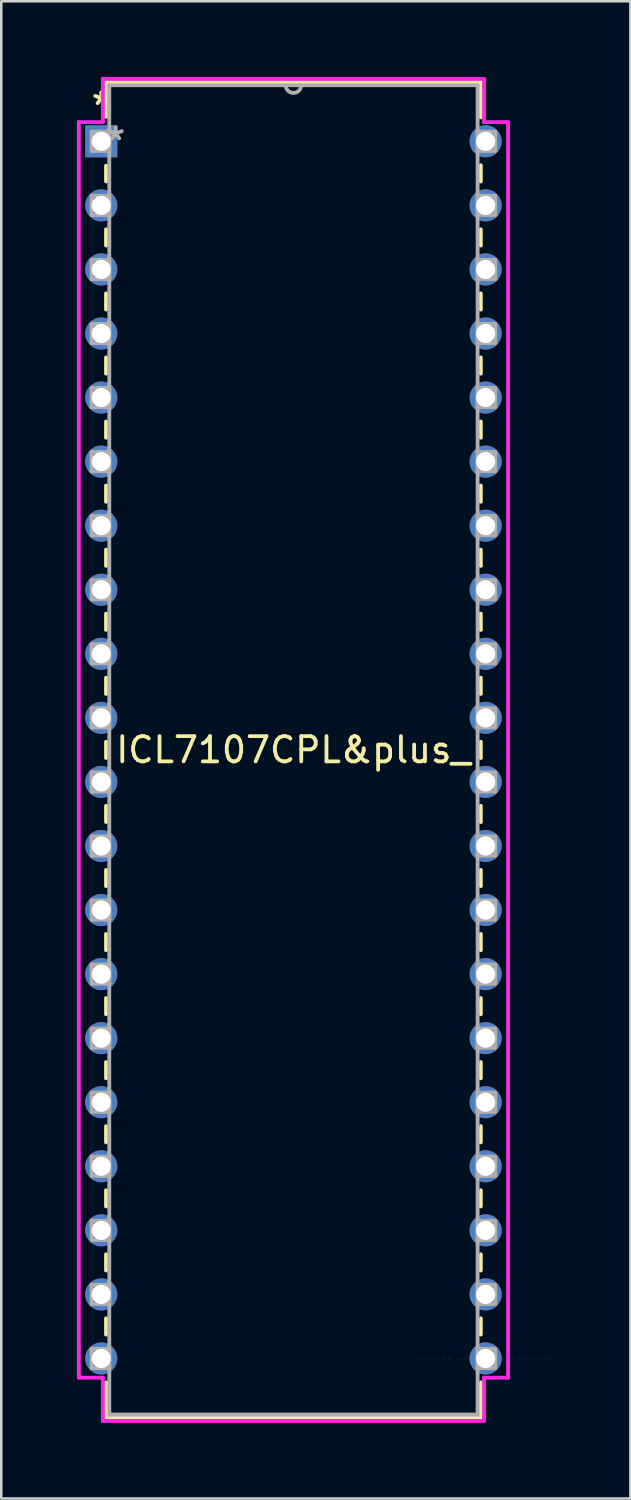
<source format=kicad_pcb>
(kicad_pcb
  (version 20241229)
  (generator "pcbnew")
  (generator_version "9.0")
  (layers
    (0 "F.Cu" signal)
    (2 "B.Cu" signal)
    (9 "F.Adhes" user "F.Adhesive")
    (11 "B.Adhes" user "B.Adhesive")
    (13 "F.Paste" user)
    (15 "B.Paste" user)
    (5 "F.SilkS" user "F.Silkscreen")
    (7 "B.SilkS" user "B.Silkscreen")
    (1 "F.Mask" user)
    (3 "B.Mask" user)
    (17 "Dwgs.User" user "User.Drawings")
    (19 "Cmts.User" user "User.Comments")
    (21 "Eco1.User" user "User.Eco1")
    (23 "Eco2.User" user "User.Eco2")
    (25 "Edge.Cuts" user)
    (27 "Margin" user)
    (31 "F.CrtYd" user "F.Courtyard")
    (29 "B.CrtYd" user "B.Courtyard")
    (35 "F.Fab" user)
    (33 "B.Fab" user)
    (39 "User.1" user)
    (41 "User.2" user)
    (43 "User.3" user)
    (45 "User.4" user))
  (footprint "ICL7107CPL&plus_"
    (layer "F.Cu")
    (at 16.205 50.813)
    (property "Reference" "ICL7107CPL&plus_" (at -7.62 -24.13 0) (layer "F.SilkS") (effects (font (size 1 1) (thickness 0.15))))
    (attr through_hole)
    (fp_line (start -15.05 -50.609) (end -15.05 -49.228) (stroke (width 0.152) (type solid)) (layer "F.SilkS"))
    (fp_line (start -15.05 -47.292) (end -15.05 -46.669) (stroke (width 0.152) (type solid)) (layer "F.SilkS"))
    (fp_line (start -15.05 -44.771) (end -15.05 -44.129) (stroke (width 0.152) (type solid)) (layer "F.SilkS"))
    (fp_line (start -15.05 -42.231) (end -15.05 -41.589) (stroke (width 0.152) (type solid)) (layer "F.SilkS"))
    (fp_line (start -15.05 -39.691) (end -15.05 -39.049) (stroke (width 0.152) (type solid)) (layer "F.SilkS"))
    (fp_line (start -15.05 -37.151) (end -15.05 -36.509) (stroke (width 0.152) (type solid)) (layer "F.SilkS"))
    (fp_line (start -15.05 -34.611) (end -15.05 -33.969) (stroke (width 0.152) (type solid)) (layer "F.SilkS"))
    (fp_line (start -15.05 -32.071) (end -15.05 -31.429) (stroke (width 0.152) (type solid)) (layer "F.SilkS"))
    (fp_line (start -15.05 -29.531) (end -15.05 -28.889) (stroke (width 0.152) (type solid)) (layer "F.SilkS"))
    (fp_line (start -15.05 -26.991) (end -15.05 -26.349) (stroke (width 0.152) (type solid)) (layer "F.SilkS"))
    (fp_line (start -15.05 -24.451) (end -15.05 -23.809) (stroke (width 0.152) (type solid)) (layer "F.SilkS"))
    (fp_line (start -15.05 -21.911) (end -15.05 -21.269) (stroke (width 0.152) (type solid)) (layer "F.SilkS"))
    (fp_line (start -15.05 -19.371) (end -15.05 -18.729) (stroke (width 0.152) (type solid)) (layer "F.SilkS"))
    (fp_line (start -15.05 -16.831) (end -15.05 -16.189) (stroke (width 0.152) (type solid)) (layer "F.SilkS"))
    (fp_line (start -15.05 -14.291) (end -15.05 -13.649) (stroke (width 0.152) (type solid)) (layer "F.SilkS"))
    (fp_line (start -15.05 -11.751) (end -15.05 -11.109) (stroke (width 0.152) (type solid)) (layer "F.SilkS"))
    (fp_line (start -15.05 -9.211) (end -15.05 -8.569) (stroke (width 0.152) (type solid)) (layer "F.SilkS"))
    (fp_line (start -15.05 -6.671) (end -15.05 -6.029) (stroke (width 0.152) (type solid)) (layer "F.SilkS"))
    (fp_line (start -15.05 -4.131) (end -15.05 -3.489) (stroke (width 0.152) (type solid)) (layer "F.SilkS"))
    (fp_line (start -15.05 -1.591) (end -15.05 -0.949) (stroke (width 0.152) (type solid)) (layer "F.SilkS"))
    (fp_line (start -15.05 0.949) (end -15.05 2.349) (stroke (width 0.152) (type solid)) (layer "F.SilkS"))
    (fp_line (start -15.05 2.349) (end -0.191 2.349) (stroke (width 0.152) (type solid)) (layer "F.SilkS"))
    (fp_line (start -0.191 -50.609) (end -15.05 -50.609) (stroke (width 0.152) (type solid)) (layer "F.SilkS"))
    (fp_line (start -0.191 -49.209) (end -0.191 -50.609) (stroke (width 0.152) (type solid)) (layer "F.SilkS"))
    (fp_line (start -0.191 -46.669) (end -0.191 -47.311) (stroke (width 0.152) (type solid)) (layer "F.SilkS"))
    (fp_line (start -0.191 -44.129) (end -0.191 -44.771) (stroke (width 0.152) (type solid)) (layer "F.SilkS"))
    (fp_line (start -0.191 -41.589) (end -0.191 -42.231) (stroke (width 0.152) (type solid)) (layer "F.SilkS"))
    (fp_line (start -0.191 -39.049) (end -0.191 -39.691) (stroke (width 0.152) (type solid)) (layer "F.SilkS"))
    (fp_line (start -0.191 -36.509) (end -0.191 -37.151) (stroke (width 0.152) (type solid)) (layer "F.SilkS"))
    (fp_line (start -0.191 -33.969) (end -0.191 -34.611) (stroke (width 0.152) (type solid)) (layer "F.SilkS"))
    (fp_line (start -0.191 -31.429) (end -0.191 -32.071) (stroke (width 0.152) (type solid)) (layer "F.SilkS"))
    (fp_line (start -0.191 -28.889) (end -0.191 -29.531) (stroke (width 0.152) (type solid)) (layer "F.SilkS"))
    (fp_line (start -0.191 -26.349) (end -0.191 -26.991) (stroke (width 0.152) (type solid)) (layer "F.SilkS"))
    (fp_line (start -0.191 -23.809) (end -0.191 -24.451) (stroke (width 0.152) (type solid)) (layer "F.SilkS"))
    (fp_line (start -0.191 -21.269) (end -0.191 -21.911) (stroke (width 0.152) (type solid)) (layer "F.SilkS"))
    (fp_line (start -0.191 -18.729) (end -0.191 -19.371) (stroke (width 0.152) (type solid)) (layer "F.SilkS"))
    (fp_line (start -0.191 -16.189) (end -0.191 -16.831) (stroke (width 0.152) (type solid)) (layer "F.SilkS"))
    (fp_line (start -0.191 -13.649) (end -0.191 -14.291) (stroke (width 0.152) (type solid)) (layer "F.SilkS"))
    (fp_line (start -0.191 -11.109) (end -0.191 -11.751) (stroke (width 0.152) (type solid)) (layer "F.SilkS"))
    (fp_line (start -0.191 -8.569) (end -0.191 -9.211) (stroke (width 0.152) (type solid)) (layer "F.SilkS"))
    (fp_line (start -0.191 -6.029) (end -0.191 -6.671) (stroke (width 0.152) (type solid)) (layer "F.SilkS"))
    (fp_line (start -0.191 -3.489) (end -0.191 -4.131) (stroke (width 0.152) (type solid)) (layer "F.SilkS"))
    (fp_line (start -0.191 -0.949) (end -0.191 -1.591) (stroke (width 0.152) (type solid)) (layer "F.SilkS"))
    (fp_line (start -0.191 2.349) (end -0.191 0.949) (stroke (width 0.152) (type solid)) (layer "F.SilkS"))
    (fp_line (start -16.129 -49.022) (end -16.129 0.762) (stroke (width 0.152) (type solid)) (layer "F.CrtYd"))
    (fp_line (start -16.129 0.762) (end -15.177 0.762) (stroke (width 0.152) (type solid)) (layer "F.CrtYd"))
    (fp_line (start -15.177 -50.736) (end -15.177 -49.022) (stroke (width 0.152) (type solid)) (layer "F.CrtYd"))
    (fp_line (start -15.177 -49.022) (end -16.129 -49.022) (stroke (width 0.152) (type solid)) (layer "F.CrtYd"))
    (fp_line (start -15.177 0.762) (end -15.177 2.477) (stroke (width 0.152) (type solid)) (layer "F.CrtYd"))
    (fp_line (start -15.177 2.477) (end -0.064 2.477) (stroke (width 0.152) (type solid)) (layer "F.CrtYd"))
    (fp_line (start -0.064 -50.736) (end -15.177 -50.736) (stroke (width 0.152) (type solid)) (layer "F.CrtYd"))
    (fp_line (start -0.064 -49.022) (end -0.064 -50.736) (stroke (width 0.152) (type solid)) (layer "F.CrtYd"))
    (fp_line (start -0.064 0.762) (end 0.889 0.762) (stroke (width 0.152) (type solid)) (layer "F.CrtYd"))
    (fp_line (start -0.064 2.477) (end -0.064 0.762) (stroke (width 0.152) (type solid)) (layer "F.CrtYd"))
    (fp_line (start 0.889 -49.022) (end -0.064 -49.022) (stroke (width 0.152) (type solid)) (layer "F.CrtYd"))
    (fp_line (start 0.889 0.762) (end 0.889 -49.022) (stroke (width 0.152) (type solid)) (layer "F.CrtYd"))
    (fp_line (start -15.621 -48.641) (end -15.621 -47.879) (stroke (width 0.152) (type solid)) (layer "F.Fab"))
    (fp_line (start -15.621 -47.879) (end -14.922 -47.879) (stroke (width 0.152) (type solid)) (layer "F.Fab"))
    (fp_line (start -15.621 -46.101) (end -15.621 -45.339) (stroke (width 0.152) (type solid)) (layer "F.Fab"))
    (fp_line (start -15.621 -45.339) (end -14.922 -45.339) (stroke (width 0.152) (type solid)) (layer "F.Fab"))
    (fp_line (start -15.621 -43.561) (end -15.621 -42.799) (stroke (width 0.152) (type solid)) (layer "F.Fab"))
    (fp_line (start -15.621 -42.799) (end -14.922 -42.799) (stroke (width 0.152) (type solid)) (layer "F.Fab"))
    (fp_line (start -15.621 -41.021) (end -15.621 -40.259) (stroke (width 0.152) (type solid)) (layer "F.Fab"))
    (fp_line (start -15.621 -40.259) (end -14.922 -40.259) (stroke (width 0.152) (type solid)) (layer "F.Fab"))
    (fp_line (start -15.621 -38.481) (end -15.621 -37.719) (stroke (width 0.152) (type solid)) (layer "F.Fab"))
    (fp_line (start -15.621 -37.719) (end -14.922 -37.719) (stroke (width 0.152) (type solid)) (layer "F.Fab"))
    (fp_line (start -15.621 -35.941) (end -15.621 -35.179) (stroke (width 0.152) (type solid)) (layer "F.Fab"))
    (fp_line (start -15.621 -35.179) (end -14.922 -35.179) (stroke (width 0.152) (type solid)) (layer "F.Fab"))
    (fp_line (start -15.621 -33.401) (end -15.621 -32.639) (stroke (width 0.152) (type solid)) (layer "F.Fab"))
    (fp_line (start -15.621 -32.639) (end -14.922 -32.639) (stroke (width 0.152) (type solid)) (layer "F.Fab"))
    (fp_line (start -15.621 -30.861) (end -15.621 -30.099) (stroke (width 0.152) (type solid)) (layer "F.Fab"))
    (fp_line (start -15.621 -30.099) (end -14.922 -30.099) (stroke (width 0.152) (type solid)) (layer "F.Fab"))
    (fp_line (start -15.621 -28.321) (end -15.621 -27.559) (stroke (width 0.152) (type solid)) (layer "F.Fab"))
    (fp_line (start -15.621 -27.559) (end -14.922 -27.559) (stroke (width 0.152) (type solid)) (layer "F.Fab"))
    (fp_line (start -15.621 -25.781) (end -15.621 -25.019) (stroke (width 0.152) (type solid)) (layer "F.Fab"))
    (fp_line (start -15.621 -25.019) (end -14.922 -25.019) (stroke (width 0.152) (type solid)) (layer "F.Fab"))
    (fp_line (start -15.621 -23.241) (end -15.621 -22.479) (stroke (width 0.152) (type solid)) (layer "F.Fab"))
    (fp_line (start -15.621 -22.479) (end -14.922 -22.479) (stroke (width 0.152) (type solid)) (layer "F.Fab"))
    (fp_line (start -15.621 -20.701) (end -15.621 -19.939) (stroke (width 0.152) (type solid)) (layer "F.Fab"))
    (fp_line (start -15.621 -19.939) (end -14.922 -19.939) (stroke (width 0.152) (type solid)) (layer "F.Fab"))
    (fp_line (start -15.621 -18.161) (end -15.621 -17.399) (stroke (width 0.152) (type solid)) (layer "F.Fab"))
    (fp_line (start -15.621 -17.399) (end -14.922 -17.399) (stroke (width 0.152) (type solid)) (layer "F.Fab"))
    (fp_line (start -15.621 -15.621) (end -15.621 -14.859) (stroke (width 0.152) (type solid)) (layer "F.Fab"))
    (fp_line (start -15.621 -14.859) (end -14.922 -14.859) (stroke (width 0.152) (type solid)) (layer "F.Fab"))
    (fp_line (start -15.621 -13.081) (end -15.621 -12.319) (stroke (width 0.152) (type solid)) (layer "F.Fab"))
    (fp_line (start -15.621 -12.319) (end -14.922 -12.319) (stroke (width 0.152) (type solid)) (layer "F.Fab"))
    (fp_line (start -15.621 -10.541) (end -15.621 -9.779) (stroke (width 0.152) (type solid)) (layer "F.Fab"))
    (fp_line (start -15.621 -9.779) (end -14.922 -9.779) (stroke (width 0.152) (type solid)) (layer "F.Fab"))
    (fp_line (start -15.621 -8.001) (end -15.621 -7.239) (stroke (width 0.152) (type solid)) (layer "F.Fab"))
    (fp_line (start -15.621 -7.239) (end -14.922 -7.239) (stroke (width 0.152) (type solid)) (layer "F.Fab"))
    (fp_line (start -15.621 -5.461) (end -15.621 -4.699) (stroke (width 0.152) (type solid)) (layer "F.Fab"))
    (fp_line (start -15.621 -4.699) (end -14.922 -4.699) (stroke (width 0.152) (type solid)) (layer "F.Fab"))
    (fp_line (start -15.621 -2.921) (end -15.621 -2.159) (stroke (width 0.152) (type solid)) (layer "F.Fab"))
    (fp_line (start -15.621 -2.159) (end -14.922 -2.159) (stroke (width 0.152) (type solid)) (layer "F.Fab"))
    (fp_line (start -15.621 -0.381) (end -15.621 0.381) (stroke (width 0.152) (type solid)) (layer "F.Fab"))
    (fp_line (start -15.621 0.381) (end -14.922 0.381) (stroke (width 0.152) (type solid)) (layer "F.Fab"))
    (fp_line (start -14.922 -50.483) (end -14.922 2.223) (stroke (width 0.152) (type solid)) (layer "F.Fab"))
    (fp_line (start -14.922 -48.641) (end -15.621 -48.641) (stroke (width 0.152) (type solid)) (layer "F.Fab"))
    (fp_line (start -14.922 -47.879) (end -14.922 -48.641) (stroke (width 0.152) (type solid)) (layer "F.Fab"))
    (fp_line (start -14.922 -46.101) (end -15.621 -46.101) (stroke (width 0.152) (type solid)) (layer "F.Fab"))
    (fp_line (start -14.922 -45.339) (end -14.922 -46.101) (stroke (width 0.152) (type solid)) (layer "F.Fab"))
    (fp_line (start -14.922 -43.561) (end -15.621 -43.561) (stroke (width 0.152) (type solid)) (layer "F.Fab"))
    (fp_line (start -14.922 -42.799) (end -14.922 -43.561) (stroke (width 0.152) (type solid)) (layer "F.Fab"))
    (fp_line (start -14.922 -41.021) (end -15.621 -41.021) (stroke (width 0.152) (type solid)) (layer "F.Fab"))
    (fp_line (start -14.922 -40.259) (end -14.922 -41.021) (stroke (width 0.152) (type solid)) (layer "F.Fab"))
    (fp_line (start -14.922 -38.481) (end -15.621 -38.481) (stroke (width 0.152) (type solid)) (layer "F.Fab"))
    (fp_line (start -14.922 -37.719) (end -14.922 -38.481) (stroke (width 0.152) (type solid)) (layer "F.Fab"))
    (fp_line (start -14.922 -35.941) (end -15.621 -35.941) (stroke (width 0.152) (type solid)) (layer "F.Fab"))
    (fp_line (start -14.922 -35.179) (end -14.922 -35.941) (stroke (width 0.152) (type solid)) (layer "F.Fab"))
    (fp_line (start -14.922 -33.401) (end -15.621 -33.401) (stroke (width 0.152) (type solid)) (layer "F.Fab"))
    (fp_line (start -14.922 -32.639) (end -14.922 -33.401) (stroke (width 0.152) (type solid)) (layer "F.Fab"))
    (fp_line (start -14.922 -30.861) (end -15.621 -30.861) (stroke (width 0.152) (type solid)) (layer "F.Fab"))
    (fp_line (start -14.922 -30.099) (end -14.922 -30.861) (stroke (width 0.152) (type solid)) (layer "F.Fab"))
    (fp_line (start -14.922 -28.321) (end -15.621 -28.321) (stroke (width 0.152) (type solid)) (layer "F.Fab"))
    (fp_line (start -14.922 -27.559) (end -14.922 -28.321) (stroke (width 0.152) (type solid)) (layer "F.Fab"))
    (fp_line (start -14.922 -25.781) (end -15.621 -25.781) (stroke (width 0.152) (type solid)) (layer "F.Fab"))
    (fp_line (start -14.922 -25.019) (end -14.922 -25.781) (stroke (width 0.152) (type solid)) (layer "F.Fab"))
    (fp_line (start -14.922 -23.241) (end -15.621 -23.241) (stroke (width 0.152) (type solid)) (layer "F.Fab"))
    (fp_line (start -14.922 -22.479) (end -14.922 -23.241) (stroke (width 0.152) (type solid)) (layer "F.Fab"))
    (fp_line (start -14.922 -20.701) (end -15.621 -20.701) (stroke (width 0.152) (type solid)) (layer "F.Fab"))
    (fp_line (start -14.922 -19.939) (end -14.922 -20.701) (stroke (width 0.152) (type solid)) (layer "F.Fab"))
    (fp_line (start -14.922 -18.161) (end -15.621 -18.161) (stroke (width 0.152) (type solid)) (layer "F.Fab"))
    (fp_line (start -14.922 -17.399) (end -14.922 -18.161) (stroke (width 0.152) (type solid)) (layer "F.Fab"))
    (fp_line (start -14.922 -15.621) (end -15.621 -15.621) (stroke (width 0.152) (type solid)) (layer "F.Fab"))
    (fp_line (start -14.922 -14.859) (end -14.922 -15.621) (stroke (width 0.152) (type solid)) (layer "F.Fab"))
    (fp_line (start -14.922 -13.081) (end -15.621 -13.081) (stroke (width 0.152) (type solid)) (layer "F.Fab"))
    (fp_line (start -14.922 -12.319) (end -14.922 -13.081) (stroke (width 0.152) (type solid)) (layer "F.Fab"))
    (fp_line (start -14.922 -10.541) (end -15.621 -10.541) (stroke (width 0.152) (type solid)) (layer "F.Fab"))
    (fp_line (start -14.922 -9.779) (end -14.922 -10.541) (stroke (width 0.152) (type solid)) (layer "F.Fab"))
    (fp_line (start -14.922 -8.001) (end -15.621 -8.001) (stroke (width 0.152) (type solid)) (layer "F.Fab"))
    (fp_line (start -14.922 -7.239) (end -14.922 -8.001) (stroke (width 0.152) (type solid)) (layer "F.Fab"))
    (fp_line (start -14.922 -5.461) (end -15.621 -5.461) (stroke (width 0.152) (type solid)) (layer "F.Fab"))
    (fp_line (start -14.922 -4.699) (end -14.922 -5.461) (stroke (width 0.152) (type solid)) (layer "F.Fab"))
    (fp_line (start -14.922 -2.921) (end -15.621 -2.921) (stroke (width 0.152) (type solid)) (layer "F.Fab"))
    (fp_line (start -14.922 -2.159) (end -14.922 -2.921) (stroke (width 0.152) (type solid)) (layer "F.Fab"))
    (fp_line (start -14.922 -0.381) (end -15.621 -0.381) (stroke (width 0.152) (type solid)) (layer "F.Fab"))
    (fp_line (start -14.922 0.381) (end -14.922 -0.381) (stroke (width 0.152) (type solid)) (layer "F.Fab"))
    (fp_line (start -14.922 2.223) (end -0.318 2.223) (stroke (width 0.152) (type solid)) (layer "F.Fab"))
    (fp_line (start -0.318 -50.483) (end -14.922 -50.483) (stroke (width 0.152) (type solid)) (layer "F.Fab"))
    (fp_line (start -0.318 -48.641) (end -0.318 -47.879) (stroke (width 0.152) (type solid)) (layer "F.Fab"))
    (fp_line (start -0.318 -47.879) (end 0.381 -47.879) (stroke (width 0.152) (type solid)) (layer "F.Fab"))
    (fp_line (start -0.318 -46.101) (end -0.318 -45.339) (stroke (width 0.152) (type solid)) (layer "F.Fab"))
    (fp_line (start -0.318 -45.339) (end 0.381 -45.339) (stroke (width 0.152) (type solid)) (layer "F.Fab"))
    (fp_line (start -0.318 -43.561) (end -0.318 -42.799) (stroke (width 0.152) (type solid)) (layer "F.Fab"))
    (fp_line (start -0.318 -42.799) (end 0.381 -42.799) (stroke (width 0.152) (type solid)) (layer "F.Fab"))
    (fp_line (start -0.318 -41.021) (end -0.318 -40.259) (stroke (width 0.152) (type solid)) (layer "F.Fab"))
    (fp_line (start -0.318 -40.259) (end 0.381 -40.259) (stroke (width 0.152) (type solid)) (layer "F.Fab"))
    (fp_line (start -0.318 -38.481) (end -0.318 -37.719) (stroke (width 0.152) (type solid)) (layer "F.Fab"))
    (fp_line (start -0.318 -37.719) (end 0.381 -37.719) (stroke (width 0.152) (type solid)) (layer "F.Fab"))
    (fp_line (start -0.318 -35.941) (end -0.318 -35.179) (stroke (width 0.152) (type solid)) (layer "F.Fab"))
    (fp_line (start -0.318 -35.179) (end 0.381 -35.179) (stroke (width 0.152) (type solid)) (layer "F.Fab"))
    (fp_line (start -0.318 -33.401) (end -0.318 -32.639) (stroke (width 0.152) (type solid)) (layer "F.Fab"))
    (fp_line (start -0.318 -32.639) (end 0.381 -32.639) (stroke (width 0.152) (type solid)) (layer "F.Fab"))
    (fp_line (start -0.318 -30.861) (end -0.318 -30.099) (stroke (width 0.152) (type solid)) (layer "F.Fab"))
    (fp_line (start -0.318 -30.099) (end 0.381 -30.099) (stroke (width 0.152) (type solid)) (layer "F.Fab"))
    (fp_line (start -0.318 -28.321) (end -0.318 -27.559) (stroke (width 0.152) (type solid)) (layer "F.Fab"))
    (fp_line (start -0.318 -27.559) (end 0.381 -27.559) (stroke (width 0.152) (type solid)) (layer "F.Fab"))
    (fp_line (start -0.318 -25.781) (end -0.318 -25.019) (stroke (width 0.152) (type solid)) (layer "F.Fab"))
    (fp_line (start -0.318 -25.019) (end 0.381 -25.019) (stroke (width 0.152) (type solid)) (layer "F.Fab"))
    (fp_line (start -0.318 -23.241) (end -0.318 -22.479) (stroke (width 0.152) (type solid)) (layer "F.Fab"))
    (fp_line (start -0.318 -22.479) (end 0.381 -22.479) (stroke (width 0.152) (type solid)) (layer "F.Fab"))
    (fp_line (start -0.318 -20.701) (end -0.318 -19.939) (stroke (width 0.152) (type solid)) (layer "F.Fab"))
    (fp_line (start -0.318 -19.939) (end 0.381 -19.939) (stroke (width 0.152) (type solid)) (layer "F.Fab"))
    (fp_line (start -0.318 -18.161) (end -0.318 -17.399) (stroke (width 0.152) (type solid)) (layer "F.Fab"))
    (fp_line (start -0.318 -17.399) (end 0.381 -17.399) (stroke (width 0.152) (type solid)) (layer "F.Fab"))
    (fp_line (start -0.318 -15.621) (end -0.318 -14.859) (stroke (width 0.152) (type solid)) (layer "F.Fab"))
    (fp_line (start -0.318 -14.859) (end 0.381 -14.859) (stroke (width 0.152) (type solid)) (layer "F.Fab"))
    (fp_line (start -0.318 -13.081) (end -0.318 -12.319) (stroke (width 0.152) (type solid)) (layer "F.Fab"))
    (fp_line (start -0.318 -12.319) (end 0.381 -12.319) (stroke (width 0.152) (type solid)) (layer "F.Fab"))
    (fp_line (start -0.318 -10.541) (end -0.318 -9.779) (stroke (width 0.152) (type solid)) (layer "F.Fab"))
    (fp_line (start -0.318 -9.779) (end 0.381 -9.779) (stroke (width 0.152) (type solid)) (layer "F.Fab"))
    (fp_line (start -0.318 -8.001) (end -0.318 -7.239) (stroke (width 0.152) (type solid)) (layer "F.Fab"))
    (fp_line (start -0.318 -7.239) (end 0.381 -7.239) (stroke (width 0.152) (type solid)) (layer "F.Fab"))
    (fp_line (start -0.318 -5.461) (end -0.318 -4.699) (stroke (width 0.152) (type solid)) (layer "F.Fab"))
    (fp_line (start -0.318 -4.699) (end 0.381 -4.699) (stroke (width 0.152) (type solid)) (layer "F.Fab"))
    (fp_line (start -0.318 -2.921) (end -0.318 -2.159) (stroke (width 0.152) (type solid)) (layer "F.Fab"))
    (fp_line (start -0.318 -2.159) (end 0.381 -2.159) (stroke (width 0.152) (type solid)) (layer "F.Fab"))
    (fp_line (start -0.318 -0.381) (end -0.318 0.381) (stroke (width 0.152) (type solid)) (layer "F.Fab"))
    (fp_line (start -0.318 0.381) (end 0.381 0.381) (stroke (width 0.152) (type solid)) (layer "F.Fab"))
    (fp_line (start -0.318 2.223) (end -0.318 -50.483) (stroke (width 0.152) (type solid)) (layer "F.Fab"))
    (fp_line (start 0.381 -48.641) (end -0.318 -48.641) (stroke (width 0.152) (type solid)) (layer "F.Fab"))
    (fp_line (start 0.381 -47.879) (end 0.381 -48.641) (stroke (width 0.152) (type solid)) (layer "F.Fab"))
    (fp_line (start 0.381 -46.101) (end -0.318 -46.101) (stroke (width 0.152) (type solid)) (layer "F.Fab"))
    (fp_line (start 0.381 -45.339) (end 0.381 -46.101) (stroke (width 0.152) (type solid)) (layer "F.Fab"))
    (fp_line (start 0.381 -43.561) (end -0.318 -43.561) (stroke (width 0.152) (type solid)) (layer "F.Fab"))
    (fp_line (start 0.381 -42.799) (end 0.381 -43.561) (stroke (width 0.152) (type solid)) (layer "F.Fab"))
    (fp_line (start 0.381 -41.021) (end -0.318 -41.021) (stroke (width 0.152) (type solid)) (layer "F.Fab"))
    (fp_line (start 0.381 -40.259) (end 0.381 -41.021) (stroke (width 0.152) (type solid)) (layer "F.Fab"))
    (fp_line (start 0.381 -38.481) (end -0.318 -38.481) (stroke (width 0.152) (type solid)) (layer "F.Fab"))
    (fp_line (start 0.381 -37.719) (end 0.381 -38.481) (stroke (width 0.152) (type solid)) (layer "F.Fab"))
    (fp_line (start 0.381 -35.941) (end -0.318 -35.941) (stroke (width 0.152) (type solid)) (layer "F.Fab"))
    (fp_line (start 0.381 -35.179) (end 0.381 -35.941) (stroke (width 0.152) (type solid)) (layer "F.Fab"))
    (fp_line (start 0.381 -33.401) (end -0.318 -33.401) (stroke (width 0.152) (type solid)) (layer "F.Fab"))
    (fp_line (start 0.381 -32.639) (end 0.381 -33.401) (stroke (width 0.152) (type solid)) (layer "F.Fab"))
    (fp_line (start 0.381 -30.861) (end -0.318 -30.861) (stroke (width 0.152) (type solid)) (layer "F.Fab"))
    (fp_line (start 0.381 -30.099) (end 0.381 -30.861) (stroke (width 0.152) (type solid)) (layer "F.Fab"))
    (fp_line (start 0.381 -28.321) (end -0.318 -28.321) (stroke (width 0.152) (type solid)) (layer "F.Fab"))
    (fp_line (start 0.381 -27.559) (end 0.381 -28.321) (stroke (width 0.152) (type solid)) (layer "F.Fab"))
    (fp_line (start 0.381 -25.781) (end -0.318 -25.781) (stroke (width 0.152) (type solid)) (layer "F.Fab"))
    (fp_line (start 0.381 -25.019) (end 0.381 -25.781) (stroke (width 0.152) (type solid)) (layer "F.Fab"))
    (fp_line (start 0.381 -23.241) (end -0.318 -23.241) (stroke (width 0.152) (type solid)) (layer "F.Fab"))
    (fp_line (start 0.381 -22.479) (end 0.381 -23.241) (stroke (width 0.152) (type solid)) (layer "F.Fab"))
    (fp_line (start 0.381 -20.701) (end -0.318 -20.701) (stroke (width 0.152) (type solid)) (layer "F.Fab"))
    (fp_line (start 0.381 -19.939) (end 0.381 -20.701) (stroke (width 0.152) (type solid)) (layer "F.Fab"))
    (fp_line (start 0.381 -18.161) (end -0.318 -18.161) (stroke (width 0.152) (type solid)) (layer "F.Fab"))
    (fp_line (start 0.381 -17.399) (end 0.381 -18.161) (stroke (width 0.152) (type solid)) (layer "F.Fab"))
    (fp_line (start 0.381 -15.621) (end -0.318 -15.621) (stroke (width 0.152) (type solid)) (layer "F.Fab"))
    (fp_line (start 0.381 -14.859) (end 0.381 -15.621) (stroke (width 0.152) (type solid)) (layer "F.Fab"))
    (fp_line (start 0.381 -13.081) (end -0.318 -13.081) (stroke (width 0.152) (type solid)) (layer "F.Fab"))
    (fp_line (start 0.381 -12.319) (end 0.381 -13.081) (stroke (width 0.152) (type solid)) (layer "F.Fab"))
    (fp_line (start 0.381 -10.541) (end -0.318 -10.541) (stroke (width 0.152) (type solid)) (layer "F.Fab"))
    (fp_line (start 0.381 -9.779) (end 0.381 -10.541) (stroke (width 0.152) (type solid)) (layer "F.Fab"))
    (fp_line (start 0.381 -8.001) (end -0.318 -8.001) (stroke (width 0.152) (type solid)) (layer "F.Fab"))
    (fp_line (start 0.381 -7.239) (end 0.381 -8.001) (stroke (width 0.152) (type solid)) (layer "F.Fab"))
    (fp_line (start 0.381 -5.461) (end -0.318 -5.461) (stroke (width 0.152) (type solid)) (layer "F.Fab"))
    (fp_line (start 0.381 -4.699) (end 0.381 -5.461) (stroke (width 0.152) (type solid)) (layer "F.Fab"))
    (fp_line (start 0.381 -2.921) (end -0.318 -2.921) (stroke (width 0.152) (type solid)) (layer "F.Fab"))
    (fp_line (start 0.381 -2.159) (end 0.381 -2.921) (stroke (width 0.152) (type solid)) (layer "F.Fab"))
    (fp_line (start 0.381 -0.381) (end -0.318 -0.381) (stroke (width 0.152) (type solid)) (layer "F.Fab"))
    (fp_line (start 0.381 0.381) (end 0.381 -0.381) (stroke (width 0.152) (type solid)) (layer "F.Fab"))
    (fp_arc (start -7.3152 -50.4825) (mid -7.62 -50.1777) (end -7.9248 -50.4825) (stroke (width 0.1524) (type solid)) (layer "F.Fab"))
    (fp_text user "*" (at -15.24 -49.657 0) (layer "F.SilkS") (effects (font (size 1 1) (thickness 0.15))))
    (fp_text user "Copyright 2016 Accelerated Designs. All rights reserved." (at 0 0 0) (layer "Cmts.User") (effects (font (size 0.127 0.127) (thickness 0.002))))
    (fp_text user "*" (at -14.668 -48.26 0) (layer "F.Fab") (effects (font (size 1 1) (thickness 0.15))))
    (pad "1" thru_hole rect (at -15.24 -48.26) (size 1.27 1.27) (drill 0.762) (layers "*.Cu" "*.Mask"))
    (pad "2" thru_hole circle (at -15.24 -45.72) (size 1.27 1.27) (drill 0.762) (layers "*.Cu" "*.Mask"))
    (pad "3" thru_hole circle (at -15.24 -43.18) (size 1.27 1.27) (drill 0.762) (layers "*.Cu" "*.Mask"))
    (pad "4" thru_hole circle (at -15.24 -40.64) (size 1.27 1.27) (drill 0.762) (layers "*.Cu" "*.Mask"))
    (pad "5" thru_hole circle (at -15.24 -38.1) (size 1.27 1.27) (drill 0.762) (layers "*.Cu" "*.Mask"))
    (pad "6" thru_hole circle (at -15.24 -35.56) (size 1.27 1.27) (drill 0.762) (layers "*.Cu" "*.Mask"))
    (pad "7" thru_hole circle (at -15.24 -33.02) (size 1.27 1.27) (drill 0.762) (layers "*.Cu" "*.Mask"))
    (pad "8" thru_hole circle (at -15.24 -30.48) (size 1.27 1.27) (drill 0.762) (layers "*.Cu" "*.Mask"))
    (pad "9" thru_hole circle (at -15.24 -27.94) (size 1.27 1.27) (drill 0.762) (layers "*.Cu" "*.Mask"))
    (pad "10" thru_hole circle (at -15.24 -25.4) (size 1.27 1.27) (drill 0.762) (layers "*.Cu" "*.Mask"))
    (pad "11" thru_hole circle (at -15.24 -22.86) (size 1.27 1.27) (drill 0.762) (layers "*.Cu" "*.Mask"))
    (pad "12" thru_hole circle (at -15.24 -20.32) (size 1.27 1.27) (drill 0.762) (layers "*.Cu" "*.Mask"))
    (pad "13" thru_hole circle (at -15.24 -17.78) (size 1.27 1.27) (drill 0.762) (layers "*.Cu" "*.Mask"))
    (pad "14" thru_hole circle (at -15.24 -15.24) (size 1.27 1.27) (drill 0.762) (layers "*.Cu" "*.Mask"))
    (pad "15" thru_hole circle (at -15.24 -12.7) (size 1.27 1.27) (drill 0.762) (layers "*.Cu" "*.Mask"))
    (pad "16" thru_hole circle (at -15.24 -10.16) (size 1.27 1.27) (drill 0.762) (layers "*.Cu" "*.Mask"))
    (pad "17" thru_hole circle (at -15.24 -7.62) (size 1.27 1.27) (drill 0.762) (layers "*.Cu" "*.Mask"))
    (pad "18" thru_hole circle (at -15.24 -5.08) (size 1.27 1.27) (drill 0.762) (layers "*.Cu" "*.Mask"))
    (pad "19" thru_hole circle (at -15.24 -2.54) (size 1.27 1.27) (drill 0.762) (layers "*.Cu" "*.Mask"))
    (pad "20" thru_hole circle (at -15.24 0) (size 1.27 1.27) (drill 0.762) (layers "*.Cu" "*.Mask"))
    (pad "21" thru_hole circle (at 0 0) (size 1.27 1.27) (drill 0.762) (layers "*.Cu" "*.Mask"))
    (pad "22" thru_hole circle (at 0 -2.54) (size 1.27 1.27) (drill 0.762) (layers "*.Cu" "*.Mask"))
    (pad "23" thru_hole circle (at 0 -5.08) (size 1.27 1.27) (drill 0.762) (layers "*.Cu" "*.Mask"))
    (pad "24" thru_hole circle (at 0 -7.62) (size 1.27 1.27) (drill 0.762) (layers "*.Cu" "*.Mask"))
    (pad "25" thru_hole circle (at 0 -10.16) (size 1.27 1.27) (drill 0.762) (layers "*.Cu" "*.Mask"))
    (pad "26" thru_hole circle (at 0 -12.7) (size 1.27 1.27) (drill 0.762) (layers "*.Cu" "*.Mask"))
    (pad "27" thru_hole circle (at 0 -15.24) (size 1.27 1.27) (drill 0.762) (layers "*.Cu" "*.Mask"))
    (pad "28" thru_hole circle (at 0 -17.78) (size 1.27 1.27) (drill 0.762) (layers "*.Cu" "*.Mask"))
    (pad "29" thru_hole circle (at 0 -20.32) (size 1.27 1.27) (drill 0.762) (layers "*.Cu" "*.Mask"))
    (pad "30" thru_hole circle (at 0 -22.86) (size 1.27 1.27) (drill 0.762) (layers "*.Cu" "*.Mask"))
    (pad "31" thru_hole circle (at 0 -25.4) (size 1.27 1.27) (drill 0.762) (layers "*.Cu" "*.Mask"))
    (pad "32" thru_hole circle (at 0 -27.94) (size 1.27 1.27) (drill 0.762) (layers "*.Cu" "*.Mask"))
    (pad "33" thru_hole circle (at 0 -30.48) (size 1.27 1.27) (drill 0.762) (layers "*.Cu" "*.Mask"))
    (pad "34" thru_hole circle (at 0 -33.02) (size 1.27 1.27) (drill 0.762) (layers "*.Cu" "*.Mask"))
    (pad "35" thru_hole circle (at 0 -35.56) (size 1.27 1.27) (drill 0.762) (layers "*.Cu" "*.Mask"))
    (pad "36" thru_hole circle (at 0 -38.1) (size 1.27 1.27) (drill 0.762) (layers "*.Cu" "*.Mask"))
    (pad "37" thru_hole circle (at 0 -40.64) (size 1.27 1.27) (drill 0.762) (layers "*.Cu" "*.Mask"))
    (pad "38" thru_hole circle (at 0 -43.18) (size 1.27 1.27) (drill 0.762) (layers "*.Cu" "*.Mask"))
    (pad "39" thru_hole circle (at 0 -45.72) (size 1.27 1.27) (drill 0.762) (layers "*.Cu" "*.Mask"))
    (pad "40" thru_hole circle (at 0 -48.26) (size 1.27 1.27) (drill 0.762) (layers "*.Cu" "*.Mask")))
  (gr_rect
    (start -3 -3)
    (end 21.944 56.365)
    (stroke (width 0.1) (type default))
    (fill no)
    (layer "Edge.Cuts")))
</source>
